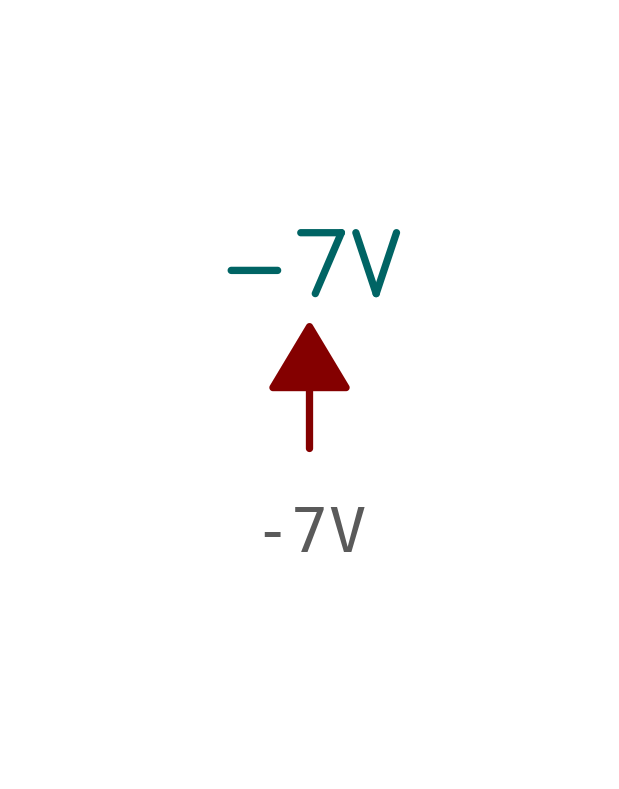
<source format=kicad_sym>
(kicad_symbol_lib
  (version 20201005)
  (generator kicad_symbol_editor)
  (symbol "uSMU-simple_v1:-7V"
    (power)
    (pin_names
      (offset 0))
    (property "Reference" "#PWR"
      (at 0 2.54 0)
      (effects (font (size 1.27 1.27)) hide))
    (property "Value" "-7V"
      (at 0 3.81 0)
      (effects (font (size 1.27 1.27))))
    (symbol "-7V_0_0"
      (pin power_in line (at 0 0 90) (length 0) hide (name "-7V" (effects (font (size 1.27 1.27)))) (number "1" (effects (font (size 1.27 1.27))))))
    (symbol "-7V_0_1"
      (polyline (pts (xy 0 0) (xy 0 1.27) (xy 0.762 1.27) (xy 0 2.54) (xy -0.762 1.27) (xy 0 1.27)) (stroke (width 0)) (fill (type outline))))))
</source>
